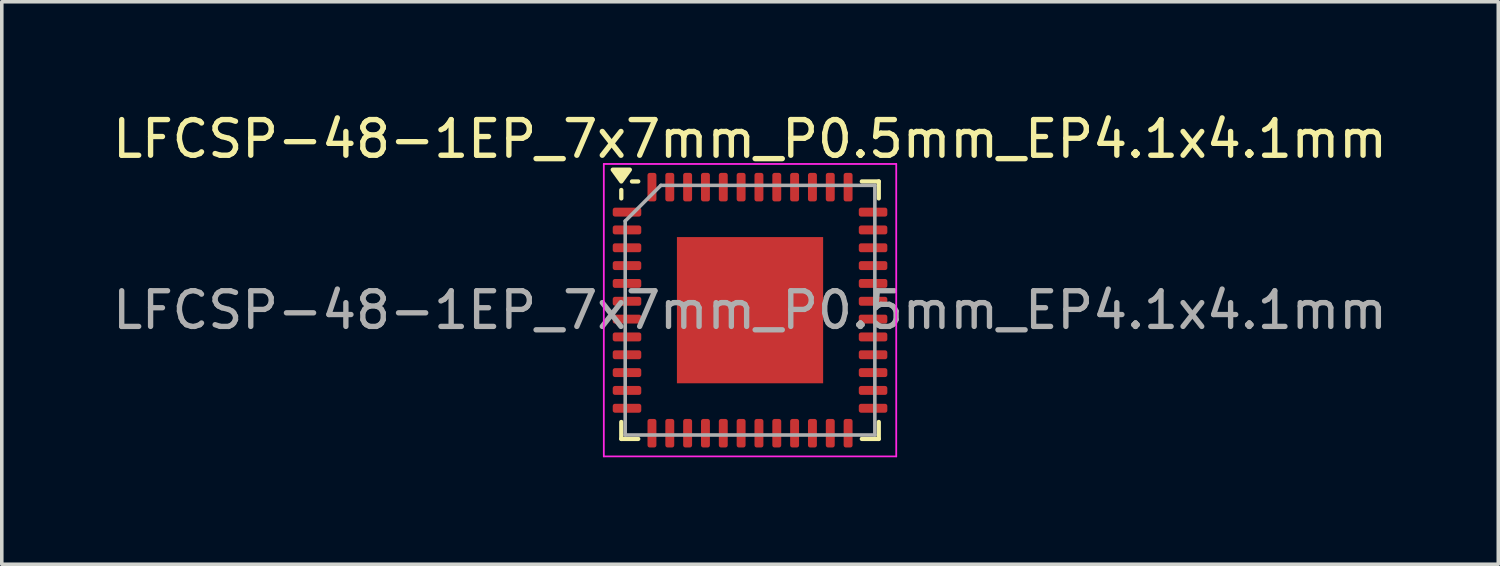
<source format=kicad_pcb>
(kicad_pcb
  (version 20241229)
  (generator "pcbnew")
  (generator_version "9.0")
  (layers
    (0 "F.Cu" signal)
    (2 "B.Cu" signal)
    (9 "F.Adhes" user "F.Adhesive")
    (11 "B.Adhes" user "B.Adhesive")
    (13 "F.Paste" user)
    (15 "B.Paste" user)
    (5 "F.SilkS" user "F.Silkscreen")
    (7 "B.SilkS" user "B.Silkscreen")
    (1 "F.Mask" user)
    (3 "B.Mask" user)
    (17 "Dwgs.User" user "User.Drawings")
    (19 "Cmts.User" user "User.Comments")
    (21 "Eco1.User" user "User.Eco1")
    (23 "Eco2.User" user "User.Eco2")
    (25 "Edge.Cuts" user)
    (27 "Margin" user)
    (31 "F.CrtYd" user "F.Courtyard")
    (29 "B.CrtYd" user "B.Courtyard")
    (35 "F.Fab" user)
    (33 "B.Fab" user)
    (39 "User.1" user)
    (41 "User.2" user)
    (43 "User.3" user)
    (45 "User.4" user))
  (footprint "LFCSP-48-1EP_7x7mm_P0.5mm_EP4.1x4.1mm"
    (layer "F.Cu")
    (at 17.982 5.648)
    (property "Reference" "LFCSP-48-1EP_7x7mm_P0.5mm_EP4.1x4.1mm" (at 0 -4.8 0) (layer "F.SilkS") (effects (font (size 1 1) (thickness 0.15))))
    (attr smd)
    (fp_line (start -3.61 -3.135) (end -3.61 -3.37) (stroke (width 0.12) (type solid)) (layer "F.SilkS"))
    (fp_line (start -3.61 3.61) (end -3.61 3.135) (stroke (width 0.12) (type solid)) (layer "F.SilkS"))
    (fp_line (start -3.135 -3.61) (end -3.31 -3.61) (stroke (width 0.12) (type solid)) (layer "F.SilkS"))
    (fp_line (start -3.135 3.61) (end -3.61 3.61) (stroke (width 0.12) (type solid)) (layer "F.SilkS"))
    (fp_line (start 3.135 -3.61) (end 3.61 -3.61) (stroke (width 0.12) (type solid)) (layer "F.SilkS"))
    (fp_line (start 3.135 3.61) (end 3.61 3.61) (stroke (width 0.12) (type solid)) (layer "F.SilkS"))
    (fp_line (start 3.61 -3.61) (end 3.61 -3.135) (stroke (width 0.12) (type solid)) (layer "F.SilkS"))
    (fp_line (start 3.61 3.61) (end 3.61 3.135) (stroke (width 0.12) (type solid)) (layer "F.SilkS"))
    (fp_poly (pts (xy -3.61 -3.61) (xy -3.85 -3.94) (xy -3.37 -3.94) (xy -3.61 -3.61)) (stroke (width 0.12) (type solid)) (fill yes) (layer "F.SilkS"))
    (fp_line (start -4.1 -4.1) (end -4.1 4.1) (stroke (width 0.05) (type solid)) (layer "F.CrtYd"))
    (fp_line (start -4.1 4.1) (end 4.1 4.1) (stroke (width 0.05) (type solid)) (layer "F.CrtYd"))
    (fp_line (start 4.1 -4.1) (end -4.1 -4.1) (stroke (width 0.05) (type solid)) (layer "F.CrtYd"))
    (fp_line (start 4.1 4.1) (end 4.1 -4.1) (stroke (width 0.05) (type solid)) (layer "F.CrtYd"))
    (fp_line (start -3.5 -2.5) (end -2.5 -3.5) (stroke (width 0.1) (type solid)) (layer "F.Fab"))
    (fp_line (start -3.5 3.5) (end -3.5 -2.5) (stroke (width 0.1) (type solid)) (layer "F.Fab"))
    (fp_line (start -2.5 -3.5) (end 3.5 -3.5) (stroke (width 0.1) (type solid)) (layer "F.Fab"))
    (fp_line (start 3.5 -3.5) (end 3.5 3.5) (stroke (width 0.1) (type solid)) (layer "F.Fab"))
    (fp_line (start 3.5 3.5) (end -3.5 3.5) (stroke (width 0.1) (type solid)) (layer "F.Fab"))
    (fp_text user "${REFERENCE}" (at 0 0 0) (layer "F.Fab") (effects (font (size 1 1) (thickness 0.15))))
    (pad "" smd roundrect (at -1.37 -1.37) (size 1.1 1.1) (layers "F.Paste") (roundrect_rratio 0.227))
    (pad "" smd roundrect (at -1.37 0) (size 1.1 1.1) (layers "F.Paste") (roundrect_rratio 0.227))
    (pad "" smd roundrect (at -1.37 1.37) (size 1.1 1.1) (layers "F.Paste") (roundrect_rratio 0.227))
    (pad "" smd roundrect (at 0 -1.37) (size 1.1 1.1) (layers "F.Paste") (roundrect_rratio 0.227))
    (pad "" smd roundrect (at 0 0) (size 1.1 1.1) (layers "F.Paste") (roundrect_rratio 0.227))
    (pad "" smd roundrect (at 0 1.37) (size 1.1 1.1) (layers "F.Paste") (roundrect_rratio 0.227))
    (pad "" smd roundrect (at 1.37 -1.37) (size 1.1 1.1) (layers "F.Paste") (roundrect_rratio 0.227))
    (pad "" smd roundrect (at 1.37 0) (size 1.1 1.1) (layers "F.Paste") (roundrect_rratio 0.227))
    (pad "" smd roundrect (at 1.37 1.37) (size 1.1 1.1) (layers "F.Paste") (roundrect_rratio 0.227))
    (pad "1" smd roundrect (at -3.45 -2.75) (size 0.8 0.25) (layers "F.Cu" "F.Mask" "F.Paste") (roundrect_rratio 0.25))
    (pad "2" smd roundrect (at -3.45 -2.25) (size 0.8 0.25) (layers "F.Cu" "F.Mask" "F.Paste") (roundrect_rratio 0.25))
    (pad "3" smd roundrect (at -3.45 -1.75) (size 0.8 0.25) (layers "F.Cu" "F.Mask" "F.Paste") (roundrect_rratio 0.25))
    (pad "4" smd roundrect (at -3.45 -1.25) (size 0.8 0.25) (layers "F.Cu" "F.Mask" "F.Paste") (roundrect_rratio 0.25))
    (pad "5" smd roundrect (at -3.45 -0.75) (size 0.8 0.25) (layers "F.Cu" "F.Mask" "F.Paste") (roundrect_rratio 0.25))
    (pad "6" smd roundrect (at -3.45 -0.25) (size 0.8 0.25) (layers "F.Cu" "F.Mask" "F.Paste") (roundrect_rratio 0.25))
    (pad "7" smd roundrect (at -3.45 0.25) (size 0.8 0.25) (layers "F.Cu" "F.Mask" "F.Paste") (roundrect_rratio 0.25))
    (pad "8" smd roundrect (at -3.45 0.75) (size 0.8 0.25) (layers "F.Cu" "F.Mask" "F.Paste") (roundrect_rratio 0.25))
    (pad "9" smd roundrect (at -3.45 1.25) (size 0.8 0.25) (layers "F.Cu" "F.Mask" "F.Paste") (roundrect_rratio 0.25))
    (pad "10" smd roundrect (at -3.45 1.75) (size 0.8 0.25) (layers "F.Cu" "F.Mask" "F.Paste") (roundrect_rratio 0.25))
    (pad "11" smd roundrect (at -3.45 2.25) (size 0.8 0.25) (layers "F.Cu" "F.Mask" "F.Paste") (roundrect_rratio 0.25))
    (pad "12" smd roundrect (at -3.45 2.75) (size 0.8 0.25) (layers "F.Cu" "F.Mask" "F.Paste") (roundrect_rratio 0.25))
    (pad "13" smd roundrect (at -2.75 3.45) (size 0.25 0.8) (layers "F.Cu" "F.Mask" "F.Paste") (roundrect_rratio 0.25))
    (pad "14" smd roundrect (at -2.25 3.45) (size 0.25 0.8) (layers "F.Cu" "F.Mask" "F.Paste") (roundrect_rratio 0.25))
    (pad "15" smd roundrect (at -1.75 3.45) (size 0.25 0.8) (layers "F.Cu" "F.Mask" "F.Paste") (roundrect_rratio 0.25))
    (pad "16" smd roundrect (at -1.25 3.45) (size 0.25 0.8) (layers "F.Cu" "F.Mask" "F.Paste") (roundrect_rratio 0.25))
    (pad "17" smd roundrect (at -0.75 3.45) (size 0.25 0.8) (layers "F.Cu" "F.Mask" "F.Paste") (roundrect_rratio 0.25))
    (pad "18" smd roundrect (at -0.25 3.45) (size 0.25 0.8) (layers "F.Cu" "F.Mask" "F.Paste") (roundrect_rratio 0.25))
    (pad "19" smd roundrect (at 0.25 3.45) (size 0.25 0.8) (layers "F.Cu" "F.Mask" "F.Paste") (roundrect_rratio 0.25))
    (pad "20" smd roundrect (at 0.75 3.45) (size 0.25 0.8) (layers "F.Cu" "F.Mask" "F.Paste") (roundrect_rratio 0.25))
    (pad "21" smd roundrect (at 1.25 3.45) (size 0.25 0.8) (layers "F.Cu" "F.Mask" "F.Paste") (roundrect_rratio 0.25))
    (pad "22" smd roundrect (at 1.75 3.45) (size 0.25 0.8) (layers "F.Cu" "F.Mask" "F.Paste") (roundrect_rratio 0.25))
    (pad "23" smd roundrect (at 2.25 3.45) (size 0.25 0.8) (layers "F.Cu" "F.Mask" "F.Paste") (roundrect_rratio 0.25))
    (pad "24" smd roundrect (at 2.75 3.45) (size 0.25 0.8) (layers "F.Cu" "F.Mask" "F.Paste") (roundrect_rratio 0.25))
    (pad "25" smd roundrect (at 3.45 2.75) (size 0.8 0.25) (layers "F.Cu" "F.Mask" "F.Paste") (roundrect_rratio 0.25))
    (pad "26" smd roundrect (at 3.45 2.25) (size 0.8 0.25) (layers "F.Cu" "F.Mask" "F.Paste") (roundrect_rratio 0.25))
    (pad "27" smd roundrect (at 3.45 1.75) (size 0.8 0.25) (layers "F.Cu" "F.Mask" "F.Paste") (roundrect_rratio 0.25))
    (pad "28" smd roundrect (at 3.45 1.25) (size 0.8 0.25) (layers "F.Cu" "F.Mask" "F.Paste") (roundrect_rratio 0.25))
    (pad "29" smd roundrect (at 3.45 0.75) (size 0.8 0.25) (layers "F.Cu" "F.Mask" "F.Paste") (roundrect_rratio 0.25))
    (pad "30" smd roundrect (at 3.45 0.25) (size 0.8 0.25) (layers "F.Cu" "F.Mask" "F.Paste") (roundrect_rratio 0.25))
    (pad "31" smd roundrect (at 3.45 -0.25) (size 0.8 0.25) (layers "F.Cu" "F.Mask" "F.Paste") (roundrect_rratio 0.25))
    (pad "32" smd roundrect (at 3.45 -0.75) (size 0.8 0.25) (layers "F.Cu" "F.Mask" "F.Paste") (roundrect_rratio 0.25))
    (pad "33" smd roundrect (at 3.45 -1.25) (size 0.8 0.25) (layers "F.Cu" "F.Mask" "F.Paste") (roundrect_rratio 0.25))
    (pad "34" smd roundrect (at 3.45 -1.75) (size 0.8 0.25) (layers "F.Cu" "F.Mask" "F.Paste") (roundrect_rratio 0.25))
    (pad "35" smd roundrect (at 3.45 -2.25) (size 0.8 0.25) (layers "F.Cu" "F.Mask" "F.Paste") (roundrect_rratio 0.25))
    (pad "36" smd roundrect (at 3.45 -2.75) (size 0.8 0.25) (layers "F.Cu" "F.Mask" "F.Paste") (roundrect_rratio 0.25))
    (pad "37" smd roundrect (at 2.75 -3.45) (size 0.25 0.8) (layers "F.Cu" "F.Mask" "F.Paste") (roundrect_rratio 0.25))
    (pad "38" smd roundrect (at 2.25 -3.45) (size 0.25 0.8) (layers "F.Cu" "F.Mask" "F.Paste") (roundrect_rratio 0.25))
    (pad "39" smd roundrect (at 1.75 -3.45) (size 0.25 0.8) (layers "F.Cu" "F.Mask" "F.Paste") (roundrect_rratio 0.25))
    (pad "40" smd roundrect (at 1.25 -3.45) (size 0.25 0.8) (layers "F.Cu" "F.Mask" "F.Paste") (roundrect_rratio 0.25))
    (pad "41" smd roundrect (at 0.75 -3.45) (size 0.25 0.8) (layers "F.Cu" "F.Mask" "F.Paste") (roundrect_rratio 0.25))
    (pad "42" smd roundrect (at 0.25 -3.45) (size 0.25 0.8) (layers "F.Cu" "F.Mask" "F.Paste") (roundrect_rratio 0.25))
    (pad "43" smd roundrect (at -0.25 -3.45) (size 0.25 0.8) (layers "F.Cu" "F.Mask" "F.Paste") (roundrect_rratio 0.25))
    (pad "44" smd roundrect (at -0.75 -3.45) (size 0.25 0.8) (layers "F.Cu" "F.Mask" "F.Paste") (roundrect_rratio 0.25))
    (pad "45" smd roundrect (at -1.25 -3.45) (size 0.25 0.8) (layers "F.Cu" "F.Mask" "F.Paste") (roundrect_rratio 0.25))
    (pad "46" smd roundrect (at -1.75 -3.45) (size 0.25 0.8) (layers "F.Cu" "F.Mask" "F.Paste") (roundrect_rratio 0.25))
    (pad "47" smd roundrect (at -2.25 -3.45) (size 0.25 0.8) (layers "F.Cu" "F.Mask" "F.Paste") (roundrect_rratio 0.25))
    (pad "48" smd roundrect (at -2.75 -3.45) (size 0.25 0.8) (layers "F.Cu" "F.Mask" "F.Paste") (roundrect_rratio 0.25))
    (pad "49" smd rect (at 0 0) (size 4.1 4.1) (property pad_prop_heatsink) (layers "F.Cu" "F.Mask")))
  (gr_rect
    (start -3 -3)
    (end 38.964 12.773)
    (stroke (width 0.1) (type default))
    (fill no)
    (layer "Edge.Cuts")))
</source>
